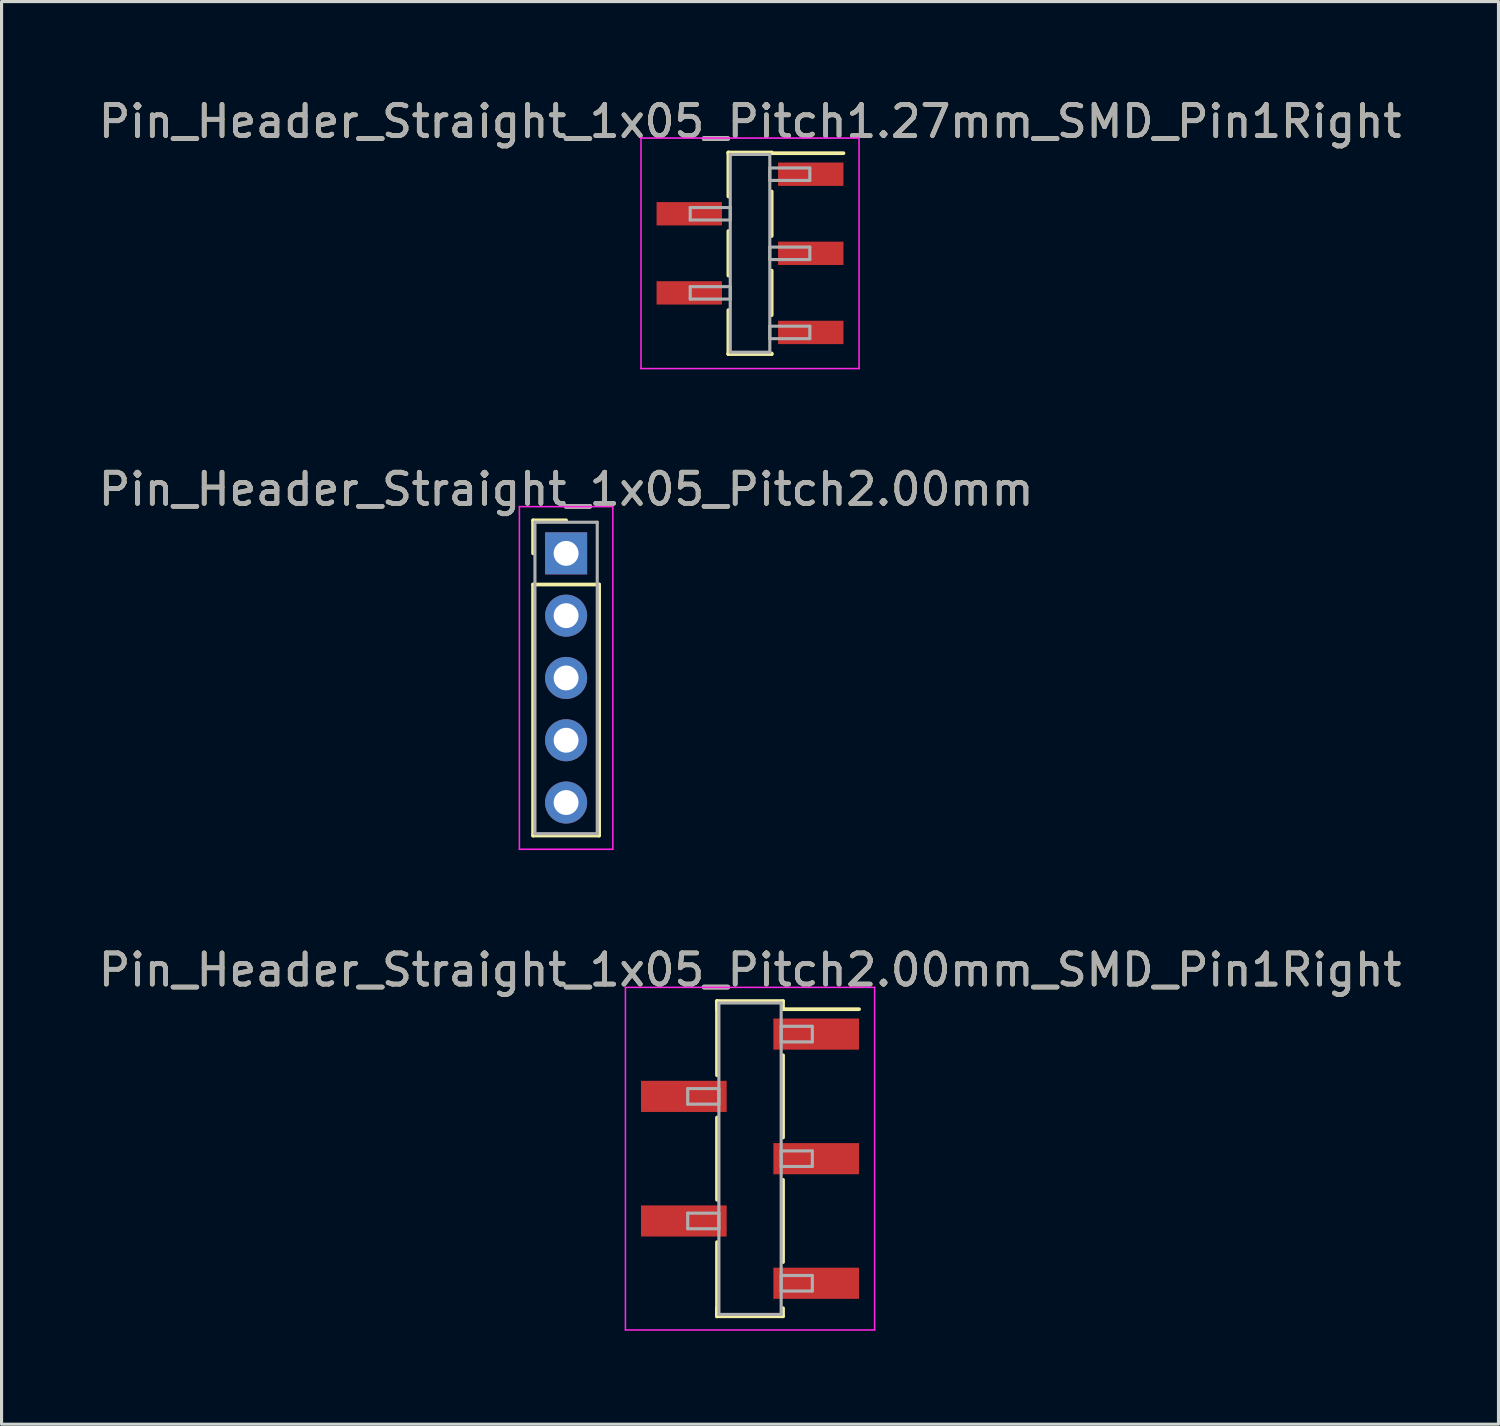
<source format=kicad_pcb>
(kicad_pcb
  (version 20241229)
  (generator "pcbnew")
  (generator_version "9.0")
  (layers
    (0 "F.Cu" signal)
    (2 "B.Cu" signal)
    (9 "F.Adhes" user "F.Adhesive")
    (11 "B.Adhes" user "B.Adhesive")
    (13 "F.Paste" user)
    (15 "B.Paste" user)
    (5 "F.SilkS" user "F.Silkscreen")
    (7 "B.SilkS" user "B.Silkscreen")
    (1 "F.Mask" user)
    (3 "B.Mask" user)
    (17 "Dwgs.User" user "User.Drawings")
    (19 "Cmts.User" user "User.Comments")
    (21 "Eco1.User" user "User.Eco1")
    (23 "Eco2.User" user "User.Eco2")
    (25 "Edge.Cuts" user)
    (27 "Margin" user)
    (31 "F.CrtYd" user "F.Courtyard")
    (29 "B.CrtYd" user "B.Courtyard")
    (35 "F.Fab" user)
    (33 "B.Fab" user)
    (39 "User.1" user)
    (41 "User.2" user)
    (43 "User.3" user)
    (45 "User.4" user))
  (footprint "Pin_Header_Straight_1x05_Pitch2.00mm"
    (layer "F.Cu")
    (at 15.125 14.716)
    (property "Reference" "Pin_Header_Straight_1x05_Pitch2.00mm" (at 0 -2.06 0) (layer "F.SilkS") (effects (font (size 1 1) (thickness 0.15))))
    (attr through_hole)
    (fp_line (start -1.06 -1.06) (end 0 -1.06) (stroke (width 0.12) (type solid)) (layer "F.SilkS"))
    (fp_line (start -1.06 0) (end -1.06 -1.06) (stroke (width 0.12) (type solid)) (layer "F.SilkS"))
    (fp_line (start -1.06 1) (end -1.06 9.06) (stroke (width 0.12) (type solid)) (layer "F.SilkS"))
    (fp_line (start -1.06 9.06) (end 1.06 9.06) (stroke (width 0.12) (type solid)) (layer "F.SilkS"))
    (fp_line (start 1.06 1) (end -1.06 1) (stroke (width 0.12) (type solid)) (layer "F.SilkS"))
    (fp_line (start 1.06 9.06) (end 1.06 1) (stroke (width 0.12) (type solid)) (layer "F.SilkS"))
    (fp_line (start -1.5 -1.5) (end -1.5 9.5) (stroke (width 0.05) (type solid)) (layer "F.CrtYd"))
    (fp_line (start -1.5 9.5) (end 1.5 9.5) (stroke (width 0.05) (type solid)) (layer "F.CrtYd"))
    (fp_line (start 1.5 -1.5) (end -1.5 -1.5) (stroke (width 0.05) (type solid)) (layer "F.CrtYd"))
    (fp_line (start 1.5 9.5) (end 1.5 -1.5) (stroke (width 0.05) (type solid)) (layer "F.CrtYd"))
    (fp_line (start -1 -1) (end -1 9) (stroke (width 0.1) (type solid)) (layer "F.Fab"))
    (fp_line (start -1 9) (end 1 9) (stroke (width 0.1) (type solid)) (layer "F.Fab"))
    (fp_line (start 1 -1) (end -1 -1) (stroke (width 0.1) (type solid)) (layer "F.Fab"))
    (fp_line (start 1 9) (end 1 -1) (stroke (width 0.1) (type solid)) (layer "F.Fab"))
    (fp_text user "${REFERENCE}" (at 0 -2.06 0) (layer "F.Fab") (effects (font (size 1 1) (thickness 0.15))))
    (pad "1" thru_hole rect (at 0 0) (size 1.35 1.35) (drill 0.8) (layers "*.Cu" "*.Mask"))
    (pad "2" thru_hole oval (at 0 2) (size 1.35 1.35) (drill 0.8) (layers "*.Cu" "*.Mask"))
    (pad "3" thru_hole oval (at 0 4) (size 1.35 1.35) (drill 0.8) (layers "*.Cu" "*.Mask"))
    (pad "4" thru_hole oval (at 0 6) (size 1.35 1.35) (drill 0.8) (layers "*.Cu" "*.Mask"))
    (pad "5" thru_hole oval (at 0 8) (size 1.35 1.35) (drill 0.8) (layers "*.Cu" "*.Mask")))
  (footprint "Pin_Header_Straight_1x05_Pitch1.27mm_SMD_Pin1Right"
    (layer "F.Cu")
    (at 21.03 5.083)
    (property "Reference" "Pin_Header_Straight_1x05_Pitch1.27mm_SMD_Pin1Right" (at 0 -4.235 0) (layer "F.SilkS") (effects (font (size 1 1) (thickness 0.15))))
    (attr smd)
    (fp_line (start -0.695 -3.235) (end -0.695 -1.825) (stroke (width 0.12) (type solid)) (layer "F.SilkS"))
    (fp_line (start -0.695 -3.235) (end 0.695 -3.235) (stroke (width 0.12) (type solid)) (layer "F.SilkS"))
    (fp_line (start -0.695 -3.215) (end -0.695 -3.235) (stroke (width 0.12) (type solid)) (layer "F.SilkS"))
    (fp_line (start -0.695 -0.715) (end -0.695 0.715) (stroke (width 0.12) (type solid)) (layer "F.SilkS"))
    (fp_line (start -0.695 1.825) (end -0.695 3.235) (stroke (width 0.12) (type solid)) (layer "F.SilkS"))
    (fp_line (start -0.695 3.215) (end -0.695 3.235) (stroke (width 0.12) (type solid)) (layer "F.SilkS"))
    (fp_line (start -0.695 3.235) (end 0.695 3.235) (stroke (width 0.12) (type solid)) (layer "F.SilkS"))
    (fp_line (start 0.695 -3.235) (end 0.695 -3.215) (stroke (width 0.12) (type solid)) (layer "F.SilkS"))
    (fp_line (start 0.695 -3.215) (end 3 -3.215) (stroke (width 0.12) (type solid)) (layer "F.SilkS"))
    (fp_line (start 0.695 -1.985) (end 0.695 -0.555) (stroke (width 0.12) (type solid)) (layer "F.SilkS"))
    (fp_line (start 0.695 0.555) (end 0.695 1.985) (stroke (width 0.12) (type solid)) (layer "F.SilkS"))
    (fp_line (start 0.695 3.235) (end 0.695 3.215) (stroke (width 0.12) (type solid)) (layer "F.SilkS"))
    (fp_line (start -3.5 -3.7) (end -3.5 3.7) (stroke (width 0.05) (type solid)) (layer "F.CrtYd"))
    (fp_line (start -3.5 3.7) (end 3.5 3.7) (stroke (width 0.05) (type solid)) (layer "F.CrtYd"))
    (fp_line (start 3.5 -3.7) (end -3.5 -3.7) (stroke (width 0.05) (type solid)) (layer "F.CrtYd"))
    (fp_line (start 3.5 3.7) (end 3.5 -3.7) (stroke (width 0.05) (type solid)) (layer "F.CrtYd"))
    (fp_line (start -1.92 -1.47) (end -0.635 -1.47) (stroke (width 0.1) (type solid)) (layer "F.Fab"))
    (fp_line (start -1.92 -1.07) (end -1.92 -1.47) (stroke (width 0.1) (type solid)) (layer "F.Fab"))
    (fp_line (start -1.92 1.07) (end -0.635 1.07) (stroke (width 0.1) (type solid)) (layer "F.Fab"))
    (fp_line (start -1.92 1.47) (end -1.92 1.07) (stroke (width 0.1) (type solid)) (layer "F.Fab"))
    (fp_line (start -0.635 -3.175) (end -0.635 3.175) (stroke (width 0.1) (type solid)) (layer "F.Fab"))
    (fp_line (start -0.635 -1.47) (end -0.635 -1.07) (stroke (width 0.1) (type solid)) (layer "F.Fab"))
    (fp_line (start -0.635 -1.07) (end -1.92 -1.07) (stroke (width 0.1) (type solid)) (layer "F.Fab"))
    (fp_line (start -0.635 1.07) (end -0.635 1.47) (stroke (width 0.1) (type solid)) (layer "F.Fab"))
    (fp_line (start -0.635 1.47) (end -1.92 1.47) (stroke (width 0.1) (type solid)) (layer "F.Fab"))
    (fp_line (start -0.635 3.175) (end 0.635 3.175) (stroke (width 0.1) (type solid)) (layer "F.Fab"))
    (fp_line (start 0.635 -3.175) (end -0.635 -3.175) (stroke (width 0.1) (type solid)) (layer "F.Fab"))
    (fp_line (start 0.635 -2.74) (end 0.635 -2.34) (stroke (width 0.1) (type solid)) (layer "F.Fab"))
    (fp_line (start 0.635 -2.34) (end 1.92 -2.34) (stroke (width 0.1) (type solid)) (layer "F.Fab"))
    (fp_line (start 0.635 -0.2) (end 0.635 0.2) (stroke (width 0.1) (type solid)) (layer "F.Fab"))
    (fp_line (start 0.635 0.2) (end 1.92 0.2) (stroke (width 0.1) (type solid)) (layer "F.Fab"))
    (fp_line (start 0.635 2.34) (end 0.635 2.74) (stroke (width 0.1) (type solid)) (layer "F.Fab"))
    (fp_line (start 0.635 2.74) (end 1.92 2.74) (stroke (width 0.1) (type solid)) (layer "F.Fab"))
    (fp_line (start 0.635 3.175) (end 0.635 -3.175) (stroke (width 0.1) (type solid)) (layer "F.Fab"))
    (fp_line (start 1.92 -2.74) (end 0.635 -2.74) (stroke (width 0.1) (type solid)) (layer "F.Fab"))
    (fp_line (start 1.92 -2.34) (end 1.92 -2.74) (stroke (width 0.1) (type solid)) (layer "F.Fab"))
    (fp_line (start 1.92 -0.2) (end 0.635 -0.2) (stroke (width 0.1) (type solid)) (layer "F.Fab"))
    (fp_line (start 1.92 0.2) (end 1.92 -0.2) (stroke (width 0.1) (type solid)) (layer "F.Fab"))
    (fp_line (start 1.92 2.34) (end 0.635 2.34) (stroke (width 0.1) (type solid)) (layer "F.Fab"))
    (fp_line (start 1.92 2.74) (end 1.92 2.34) (stroke (width 0.1) (type solid)) (layer "F.Fab"))
    (fp_text user "${REFERENCE}" (at 0 -4.235 0) (layer "F.Fab") (effects (font (size 1 1) (thickness 0.15))))
    (pad "1" smd rect (at 1.95 -2.54) (size 2.1 0.75) (layers "F.Cu" "F.Mask" "F.Paste"))
    (pad "2" smd rect (at -1.95 -1.27) (size 2.1 0.75) (layers "F.Cu" "F.Mask" "F.Paste"))
    (pad "3" smd rect (at 1.95 0) (size 2.1 0.75) (layers "F.Cu" "F.Mask" "F.Paste"))
    (pad "4" smd rect (at -1.95 1.27) (size 2.1 0.75) (layers "F.Cu" "F.Mask" "F.Paste"))
    (pad "5" smd rect (at 1.95 2.54) (size 2.1 0.75) (layers "F.Cu" "F.Mask" "F.Paste")))
  (footprint "Pin_Header_Straight_1x05_Pitch2.00mm_SMD_Pin1Right"
    (layer "F.Cu")
    (at 21.03 34.15)
    (property "Reference" "Pin_Header_Straight_1x05_Pitch2.00mm_SMD_Pin1Right" (at 0 -6.06 0) (layer "F.SilkS") (effects (font (size 1 1) (thickness 0.15))))
    (attr smd)
    (fp_line (start -1.06 -5.06) (end -1.06 -2.68) (stroke (width 0.12) (type solid)) (layer "F.SilkS"))
    (fp_line (start -1.06 -5.06) (end 1.06 -5.06) (stroke (width 0.12) (type solid)) (layer "F.SilkS"))
    (fp_line (start -1.06 -4.8) (end -1.06 -5.06) (stroke (width 0.12) (type solid)) (layer "F.SilkS"))
    (fp_line (start -1.06 -1.32) (end -1.06 1.32) (stroke (width 0.12) (type solid)) (layer "F.SilkS"))
    (fp_line (start -1.06 2.68) (end -1.06 5.06) (stroke (width 0.12) (type solid)) (layer "F.SilkS"))
    (fp_line (start -1.06 4.8) (end -1.06 5.06) (stroke (width 0.12) (type solid)) (layer "F.SilkS"))
    (fp_line (start -1.06 5.06) (end 1.06 5.06) (stroke (width 0.12) (type solid)) (layer "F.SilkS"))
    (fp_line (start 1.06 -5.06) (end 1.06 -4.8) (stroke (width 0.12) (type solid)) (layer "F.SilkS"))
    (fp_line (start 1.06 -4.8) (end 3.5 -4.8) (stroke (width 0.12) (type solid)) (layer "F.SilkS"))
    (fp_line (start 1.06 -3.32) (end 1.06 -0.68) (stroke (width 0.12) (type solid)) (layer "F.SilkS"))
    (fp_line (start 1.06 0.68) (end 1.06 3.32) (stroke (width 0.12) (type solid)) (layer "F.SilkS"))
    (fp_line (start 1.06 5.06) (end 1.06 4.8) (stroke (width 0.12) (type solid)) (layer "F.SilkS"))
    (fp_line (start -4 -5.5) (end -4 5.5) (stroke (width 0.05) (type solid)) (layer "F.CrtYd"))
    (fp_line (start -4 5.5) (end 4 5.5) (stroke (width 0.05) (type solid)) (layer "F.CrtYd"))
    (fp_line (start 4 -5.5) (end -4 -5.5) (stroke (width 0.05) (type solid)) (layer "F.CrtYd"))
    (fp_line (start 4 5.5) (end 4 -5.5) (stroke (width 0.05) (type solid)) (layer "F.CrtYd"))
    (fp_line (start -2 -2.25) (end -1 -2.25) (stroke (width 0.1) (type solid)) (layer "F.Fab"))
    (fp_line (start -2 -1.75) (end -2 -2.25) (stroke (width 0.1) (type solid)) (layer "F.Fab"))
    (fp_line (start -2 1.75) (end -1 1.75) (stroke (width 0.1) (type solid)) (layer "F.Fab"))
    (fp_line (start -2 2.25) (end -2 1.75) (stroke (width 0.1) (type solid)) (layer "F.Fab"))
    (fp_line (start -1 -5) (end -1 5) (stroke (width 0.1) (type solid)) (layer "F.Fab"))
    (fp_line (start -1 -2.25) (end -1 -1.75) (stroke (width 0.1) (type solid)) (layer "F.Fab"))
    (fp_line (start -1 -1.75) (end -2 -1.75) (stroke (width 0.1) (type solid)) (layer "F.Fab"))
    (fp_line (start -1 1.75) (end -1 2.25) (stroke (width 0.1) (type solid)) (layer "F.Fab"))
    (fp_line (start -1 2.25) (end -2 2.25) (stroke (width 0.1) (type solid)) (layer "F.Fab"))
    (fp_line (start -1 5) (end 1 5) (stroke (width 0.1) (type solid)) (layer "F.Fab"))
    (fp_line (start 1 -5) (end -1 -5) (stroke (width 0.1) (type solid)) (layer "F.Fab"))
    (fp_line (start 1 -4.25) (end 1 -3.75) (stroke (width 0.1) (type solid)) (layer "F.Fab"))
    (fp_line (start 1 -3.75) (end 2 -3.75) (stroke (width 0.1) (type solid)) (layer "F.Fab"))
    (fp_line (start 1 -0.25) (end 1 0.25) (stroke (width 0.1) (type solid)) (layer "F.Fab"))
    (fp_line (start 1 0.25) (end 2 0.25) (stroke (width 0.1) (type solid)) (layer "F.Fab"))
    (fp_line (start 1 3.75) (end 1 4.25) (stroke (width 0.1) (type solid)) (layer "F.Fab"))
    (fp_line (start 1 4.25) (end 2 4.25) (stroke (width 0.1) (type solid)) (layer "F.Fab"))
    (fp_line (start 1 5) (end 1 -5) (stroke (width 0.1) (type solid)) (layer "F.Fab"))
    (fp_line (start 2 -4.25) (end 1 -4.25) (stroke (width 0.1) (type solid)) (layer "F.Fab"))
    (fp_line (start 2 -3.75) (end 2 -4.25) (stroke (width 0.1) (type solid)) (layer "F.Fab"))
    (fp_line (start 2 -0.25) (end 1 -0.25) (stroke (width 0.1) (type solid)) (layer "F.Fab"))
    (fp_line (start 2 0.25) (end 2 -0.25) (stroke (width 0.1) (type solid)) (layer "F.Fab"))
    (fp_line (start 2 3.75) (end 1 3.75) (stroke (width 0.1) (type solid)) (layer "F.Fab"))
    (fp_line (start 2 4.25) (end 2 3.75) (stroke (width 0.1) (type solid)) (layer "F.Fab"))
    (fp_text user "${REFERENCE}" (at 0 -6.06 0) (layer "F.Fab") (effects (font (size 1 1) (thickness 0.15))))
    (pad "1" smd rect (at 2.125 -4) (size 2.75 1) (layers "F.Cu" "F.Mask" "F.Paste"))
    (pad "2" smd rect (at -2.125 -2) (size 2.75 1) (layers "F.Cu" "F.Mask" "F.Paste"))
    (pad "3" smd rect (at 2.125 0) (size 2.75 1) (layers "F.Cu" "F.Mask" "F.Paste"))
    (pad "4" smd rect (at -2.125 2) (size 2.75 1) (layers "F.Cu" "F.Mask" "F.Paste"))
    (pad "5" smd rect (at 2.125 4) (size 2.75 1) (layers "F.Cu" "F.Mask" "F.Paste")))
  (gr_rect
    (start -3 -3)
    (end 45.06 42.675)
    (stroke (width 0.1) (type default))
    (fill no)
    (layer "Edge.Cuts")))
</source>
